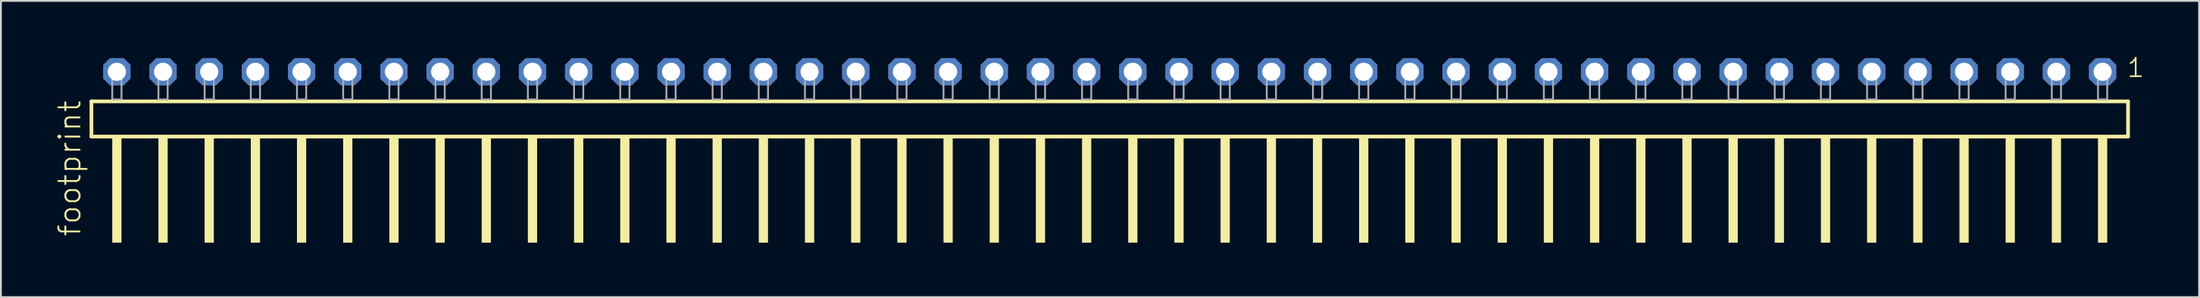
<source format=kicad_pcb>
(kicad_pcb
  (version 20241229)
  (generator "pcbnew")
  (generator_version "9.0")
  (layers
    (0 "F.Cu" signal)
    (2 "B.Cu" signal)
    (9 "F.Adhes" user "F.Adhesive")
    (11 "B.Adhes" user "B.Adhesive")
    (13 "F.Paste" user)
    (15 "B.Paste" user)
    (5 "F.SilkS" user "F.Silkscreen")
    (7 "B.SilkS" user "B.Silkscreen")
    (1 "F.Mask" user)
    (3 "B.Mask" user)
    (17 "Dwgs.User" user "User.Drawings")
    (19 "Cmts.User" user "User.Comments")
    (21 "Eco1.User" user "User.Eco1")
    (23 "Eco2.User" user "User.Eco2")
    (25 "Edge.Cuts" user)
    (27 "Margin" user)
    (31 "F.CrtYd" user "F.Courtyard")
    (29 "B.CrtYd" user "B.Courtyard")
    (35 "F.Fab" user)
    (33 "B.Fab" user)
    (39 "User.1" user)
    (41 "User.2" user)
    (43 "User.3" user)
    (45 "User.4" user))
  (footprint "footprint"
    (layer "F.Cu")
    (at 57.988 2.428)
    (property "Reference" "footprint" (at -56.515 7.62 90) (layer "F.SilkS") (effects (font (size 1.168 1.168) (thickness 0.102)) (justify left bottom)))
    (fp_line (start -56.009 0.106) (end -56.009 2.046) (stroke (width 0.203) (type solid)) (layer "F.SilkS"))
    (fp_line (start -56.009 2.046) (end 56.009 2.046) (stroke (width 0.203) (type solid)) (layer "F.SilkS"))
    (fp_line (start 56.009 0.106) (end -56.009 0.106) (stroke (width 0.203) (type solid)) (layer "F.SilkS"))
    (fp_line (start 56.009 2.046) (end 56.009 0.106) (stroke (width 0.203) (type solid)) (layer "F.SilkS"))
    (fp_poly (pts (xy -54.864 7.89) (xy -54.356 7.89) (xy -54.356 2.04) (xy -54.864 2.04)) (stroke (width 0) (type solid)) (fill yes) (layer "F.SilkS"))
    (fp_poly (pts (xy -52.324 7.89) (xy -51.816 7.89) (xy -51.816 2.04) (xy -52.324 2.04)) (stroke (width 0) (type solid)) (fill yes) (layer "F.SilkS"))
    (fp_poly (pts (xy -49.784 7.89) (xy -49.276 7.89) (xy -49.276 2.04) (xy -49.784 2.04)) (stroke (width 0) (type solid)) (fill yes) (layer "F.SilkS"))
    (fp_poly (pts (xy -47.244 7.89) (xy -46.736 7.89) (xy -46.736 2.04) (xy -47.244 2.04)) (stroke (width 0) (type solid)) (fill yes) (layer "F.SilkS"))
    (fp_poly (pts (xy -44.704 7.89) (xy -44.196 7.89) (xy -44.196 2.04) (xy -44.704 2.04)) (stroke (width 0) (type solid)) (fill yes) (layer "F.SilkS"))
    (fp_poly (pts (xy -42.164 7.89) (xy -41.656 7.89) (xy -41.656 2.04) (xy -42.164 2.04)) (stroke (width 0) (type solid)) (fill yes) (layer "F.SilkS"))
    (fp_poly (pts (xy -39.624 7.89) (xy -39.116 7.89) (xy -39.116 2.04) (xy -39.624 2.04)) (stroke (width 0) (type solid)) (fill yes) (layer "F.SilkS"))
    (fp_poly (pts (xy -37.084 7.89) (xy -36.576 7.89) (xy -36.576 2.04) (xy -37.084 2.04)) (stroke (width 0) (type solid)) (fill yes) (layer "F.SilkS"))
    (fp_poly (pts (xy -34.544 7.89) (xy -34.036 7.89) (xy -34.036 2.04) (xy -34.544 2.04)) (stroke (width 0) (type solid)) (fill yes) (layer "F.SilkS"))
    (fp_poly (pts (xy -32.004 7.89) (xy -31.496 7.89) (xy -31.496 2.04) (xy -32.004 2.04)) (stroke (width 0) (type solid)) (fill yes) (layer "F.SilkS"))
    (fp_poly (pts (xy -29.464 7.89) (xy -28.956 7.89) (xy -28.956 2.04) (xy -29.464 2.04)) (stroke (width 0) (type solid)) (fill yes) (layer "F.SilkS"))
    (fp_poly (pts (xy -26.924 7.89) (xy -26.416 7.89) (xy -26.416 2.04) (xy -26.924 2.04)) (stroke (width 0) (type solid)) (fill yes) (layer "F.SilkS"))
    (fp_poly (pts (xy -24.384 7.89) (xy -23.876 7.89) (xy -23.876 2.04) (xy -24.384 2.04)) (stroke (width 0) (type solid)) (fill yes) (layer "F.SilkS"))
    (fp_poly (pts (xy -21.844 7.89) (xy -21.336 7.89) (xy -21.336 2.04) (xy -21.844 2.04)) (stroke (width 0) (type solid)) (fill yes) (layer "F.SilkS"))
    (fp_poly (pts (xy -19.304 7.89) (xy -18.796 7.89) (xy -18.796 2.04) (xy -19.304 2.04)) (stroke (width 0) (type solid)) (fill yes) (layer "F.SilkS"))
    (fp_poly (pts (xy -16.764 7.89) (xy -16.256 7.89) (xy -16.256 2.04) (xy -16.764 2.04)) (stroke (width 0) (type solid)) (fill yes) (layer "F.SilkS"))
    (fp_poly (pts (xy -14.224 7.89) (xy -13.716 7.89) (xy -13.716 2.04) (xy -14.224 2.04)) (stroke (width 0) (type solid)) (fill yes) (layer "F.SilkS"))
    (fp_poly (pts (xy -11.684 7.89) (xy -11.176 7.89) (xy -11.176 2.04) (xy -11.684 2.04)) (stroke (width 0) (type solid)) (fill yes) (layer "F.SilkS"))
    (fp_poly (pts (xy -9.144 7.89) (xy -8.636 7.89) (xy -8.636 2.04) (xy -9.144 2.04)) (stroke (width 0) (type solid)) (fill yes) (layer "F.SilkS"))
    (fp_poly (pts (xy -6.604 7.89) (xy -6.096 7.89) (xy -6.096 2.04) (xy -6.604 2.04)) (stroke (width 0) (type solid)) (fill yes) (layer "F.SilkS"))
    (fp_poly (pts (xy -4.064 7.89) (xy -3.556 7.89) (xy -3.556 2.04) (xy -4.064 2.04)) (stroke (width 0) (type solid)) (fill yes) (layer "F.SilkS"))
    (fp_poly (pts (xy -1.524 7.89) (xy -1.016 7.89) (xy -1.016 2.04) (xy -1.524 2.04)) (stroke (width 0) (type solid)) (fill yes) (layer "F.SilkS"))
    (fp_poly (pts (xy 1.016 7.89) (xy 1.524 7.89) (xy 1.524 2.04) (xy 1.016 2.04)) (stroke (width 0) (type solid)) (fill yes) (layer "F.SilkS"))
    (fp_poly (pts (xy 3.556 7.89) (xy 4.064 7.89) (xy 4.064 2.04) (xy 3.556 2.04)) (stroke (width 0) (type solid)) (fill yes) (layer "F.SilkS"))
    (fp_poly (pts (xy 6.096 7.89) (xy 6.604 7.89) (xy 6.604 2.04) (xy 6.096 2.04)) (stroke (width 0) (type solid)) (fill yes) (layer "F.SilkS"))
    (fp_poly (pts (xy 8.636 7.89) (xy 9.144 7.89) (xy 9.144 2.04) (xy 8.636 2.04)) (stroke (width 0) (type solid)) (fill yes) (layer "F.SilkS"))
    (fp_poly (pts (xy 11.176 7.89) (xy 11.684 7.89) (xy 11.684 2.04) (xy 11.176 2.04)) (stroke (width 0) (type solid)) (fill yes) (layer "F.SilkS"))
    (fp_poly (pts (xy 13.716 7.89) (xy 14.224 7.89) (xy 14.224 2.04) (xy 13.716 2.04)) (stroke (width 0) (type solid)) (fill yes) (layer "F.SilkS"))
    (fp_poly (pts (xy 16.256 7.89) (xy 16.764 7.89) (xy 16.764 2.04) (xy 16.256 2.04)) (stroke (width 0) (type solid)) (fill yes) (layer "F.SilkS"))
    (fp_poly (pts (xy 18.796 7.89) (xy 19.304 7.89) (xy 19.304 2.04) (xy 18.796 2.04)) (stroke (width 0) (type solid)) (fill yes) (layer "F.SilkS"))
    (fp_poly (pts (xy 21.336 7.89) (xy 21.844 7.89) (xy 21.844 2.04) (xy 21.336 2.04)) (stroke (width 0) (type solid)) (fill yes) (layer "F.SilkS"))
    (fp_poly (pts (xy 23.876 7.89) (xy 24.384 7.89) (xy 24.384 2.04) (xy 23.876 2.04)) (stroke (width 0) (type solid)) (fill yes) (layer "F.SilkS"))
    (fp_poly (pts (xy 26.416 7.89) (xy 26.924 7.89) (xy 26.924 2.04) (xy 26.416 2.04)) (stroke (width 0) (type solid)) (fill yes) (layer "F.SilkS"))
    (fp_poly (pts (xy 28.956 7.89) (xy 29.464 7.89) (xy 29.464 2.04) (xy 28.956 2.04)) (stroke (width 0) (type solid)) (fill yes) (layer "F.SilkS"))
    (fp_poly (pts (xy 31.496 7.89) (xy 32.004 7.89) (xy 32.004 2.04) (xy 31.496 2.04)) (stroke (width 0) (type solid)) (fill yes) (layer "F.SilkS"))
    (fp_poly (pts (xy 34.036 7.89) (xy 34.544 7.89) (xy 34.544 2.04) (xy 34.036 2.04)) (stroke (width 0) (type solid)) (fill yes) (layer "F.SilkS"))
    (fp_poly (pts (xy 36.576 7.89) (xy 37.084 7.89) (xy 37.084 2.04) (xy 36.576 2.04)) (stroke (width 0) (type solid)) (fill yes) (layer "F.SilkS"))
    (fp_poly (pts (xy 39.116 7.89) (xy 39.624 7.89) (xy 39.624 2.04) (xy 39.116 2.04)) (stroke (width 0) (type solid)) (fill yes) (layer "F.SilkS"))
    (fp_poly (pts (xy 41.656 7.89) (xy 42.164 7.89) (xy 42.164 2.04) (xy 41.656 2.04)) (stroke (width 0) (type solid)) (fill yes) (layer "F.SilkS"))
    (fp_poly (pts (xy 44.196 7.89) (xy 44.704 7.89) (xy 44.704 2.04) (xy 44.196 2.04)) (stroke (width 0) (type solid)) (fill yes) (layer "F.SilkS"))
    (fp_poly (pts (xy 46.736 7.89) (xy 47.244 7.89) (xy 47.244 2.04) (xy 46.736 2.04)) (stroke (width 0) (type solid)) (fill yes) (layer "F.SilkS"))
    (fp_poly (pts (xy 49.276 7.89) (xy 49.784 7.89) (xy 49.784 2.04) (xy 49.276 2.04)) (stroke (width 0) (type solid)) (fill yes) (layer "F.SilkS"))
    (fp_poly (pts (xy 51.816 7.89) (xy 52.324 7.89) (xy 52.324 2.04) (xy 51.816 2.04)) (stroke (width 0) (type solid)) (fill yes) (layer "F.SilkS"))
    (fp_poly (pts (xy 54.356 7.89) (xy 54.864 7.89) (xy 54.864 2.04) (xy 54.356 2.04)) (stroke (width 0) (type solid)) (fill yes) (layer "F.SilkS"))
    (fp_poly (pts (xy -54.864 0) (xy -54.356 0) (xy -54.356 -1.778) (xy -54.864 -1.778)) (stroke (width 0.1) (type solid)) (fill no) (layer "F.Fab"))
    (fp_poly (pts (xy -52.324 0) (xy -51.816 0) (xy -51.816 -1.778) (xy -52.324 -1.778)) (stroke (width 0.1) (type solid)) (fill no) (layer "F.Fab"))
    (fp_poly (pts (xy -49.784 0) (xy -49.276 0) (xy -49.276 -1.778) (xy -49.784 -1.778)) (stroke (width 0.1) (type solid)) (fill no) (layer "F.Fab"))
    (fp_poly (pts (xy -47.244 0) (xy -46.736 0) (xy -46.736 -1.778) (xy -47.244 -1.778)) (stroke (width 0.1) (type solid)) (fill no) (layer "F.Fab"))
    (fp_poly (pts (xy -44.704 0) (xy -44.196 0) (xy -44.196 -1.778) (xy -44.704 -1.778)) (stroke (width 0.1) (type solid)) (fill no) (layer "F.Fab"))
    (fp_poly (pts (xy -42.164 0) (xy -41.656 0) (xy -41.656 -1.778) (xy -42.164 -1.778)) (stroke (width 0.1) (type solid)) (fill no) (layer "F.Fab"))
    (fp_poly (pts (xy -39.624 0) (xy -39.116 0) (xy -39.116 -1.778) (xy -39.624 -1.778)) (stroke (width 0.1) (type solid)) (fill no) (layer "F.Fab"))
    (fp_poly (pts (xy -37.084 0) (xy -36.576 0) (xy -36.576 -1.778) (xy -37.084 -1.778)) (stroke (width 0.1) (type solid)) (fill no) (layer "F.Fab"))
    (fp_poly (pts (xy -34.544 0) (xy -34.036 0) (xy -34.036 -1.778) (xy -34.544 -1.778)) (stroke (width 0.1) (type solid)) (fill no) (layer "F.Fab"))
    (fp_poly (pts (xy -32.004 0) (xy -31.496 0) (xy -31.496 -1.778) (xy -32.004 -1.778)) (stroke (width 0.1) (type solid)) (fill no) (layer "F.Fab"))
    (fp_poly (pts (xy -29.464 0) (xy -28.956 0) (xy -28.956 -1.778) (xy -29.464 -1.778)) (stroke (width 0.1) (type solid)) (fill no) (layer "F.Fab"))
    (fp_poly (pts (xy -26.924 0) (xy -26.416 0) (xy -26.416 -1.778) (xy -26.924 -1.778)) (stroke (width 0.1) (type solid)) (fill no) (layer "F.Fab"))
    (fp_poly (pts (xy -24.384 0) (xy -23.876 0) (xy -23.876 -1.778) (xy -24.384 -1.778)) (stroke (width 0.1) (type solid)) (fill no) (layer "F.Fab"))
    (fp_poly (pts (xy -21.844 0) (xy -21.336 0) (xy -21.336 -1.778) (xy -21.844 -1.778)) (stroke (width 0.1) (type solid)) (fill no) (layer "F.Fab"))
    (fp_poly (pts (xy -19.304 0) (xy -18.796 0) (xy -18.796 -1.778) (xy -19.304 -1.778)) (stroke (width 0.1) (type solid)) (fill no) (layer "F.Fab"))
    (fp_poly (pts (xy -16.764 0) (xy -16.256 0) (xy -16.256 -1.778) (xy -16.764 -1.778)) (stroke (width 0.1) (type solid)) (fill no) (layer "F.Fab"))
    (fp_poly (pts (xy -14.224 0) (xy -13.716 0) (xy -13.716 -1.778) (xy -14.224 -1.778)) (stroke (width 0.1) (type solid)) (fill no) (layer "F.Fab"))
    (fp_poly (pts (xy -11.684 0) (xy -11.176 0) (xy -11.176 -1.778) (xy -11.684 -1.778)) (stroke (width 0.1) (type solid)) (fill no) (layer "F.Fab"))
    (fp_poly (pts (xy -9.144 0) (xy -8.636 0) (xy -8.636 -1.778) (xy -9.144 -1.778)) (stroke (width 0.1) (type solid)) (fill no) (layer "F.Fab"))
    (fp_poly (pts (xy -6.604 0) (xy -6.096 0) (xy -6.096 -1.778) (xy -6.604 -1.778)) (stroke (width 0.1) (type solid)) (fill no) (layer "F.Fab"))
    (fp_poly (pts (xy -4.064 0) (xy -3.556 0) (xy -3.556 -1.778) (xy -4.064 -1.778)) (stroke (width 0.1) (type solid)) (fill no) (layer "F.Fab"))
    (fp_poly (pts (xy -1.524 0) (xy -1.016 0) (xy -1.016 -1.778) (xy -1.524 -1.778)) (stroke (width 0.1) (type solid)) (fill no) (layer "F.Fab"))
    (fp_poly (pts (xy 1.016 0) (xy 1.524 0) (xy 1.524 -1.778) (xy 1.016 -1.778)) (stroke (width 0.1) (type solid)) (fill no) (layer "F.Fab"))
    (fp_poly (pts (xy 3.556 0) (xy 4.064 0) (xy 4.064 -1.778) (xy 3.556 -1.778)) (stroke (width 0.1) (type solid)) (fill no) (layer "F.Fab"))
    (fp_poly (pts (xy 6.096 0) (xy 6.604 0) (xy 6.604 -1.778) (xy 6.096 -1.778)) (stroke (width 0.1) (type solid)) (fill no) (layer "F.Fab"))
    (fp_poly (pts (xy 8.636 0) (xy 9.144 0) (xy 9.144 -1.778) (xy 8.636 -1.778)) (stroke (width 0.1) (type solid)) (fill no) (layer "F.Fab"))
    (fp_poly (pts (xy 11.176 0) (xy 11.684 0) (xy 11.684 -1.778) (xy 11.176 -1.778)) (stroke (width 0.1) (type solid)) (fill no) (layer "F.Fab"))
    (fp_poly (pts (xy 13.716 0) (xy 14.224 0) (xy 14.224 -1.778) (xy 13.716 -1.778)) (stroke (width 0.1) (type solid)) (fill no) (layer "F.Fab"))
    (fp_poly (pts (xy 16.256 0) (xy 16.764 0) (xy 16.764 -1.778) (xy 16.256 -1.778)) (stroke (width 0.1) (type solid)) (fill no) (layer "F.Fab"))
    (fp_poly (pts (xy 18.796 0) (xy 19.304 0) (xy 19.304 -1.778) (xy 18.796 -1.778)) (stroke (width 0.1) (type solid)) (fill no) (layer "F.Fab"))
    (fp_poly (pts (xy 21.336 0) (xy 21.844 0) (xy 21.844 -1.778) (xy 21.336 -1.778)) (stroke (width 0.1) (type solid)) (fill no) (layer "F.Fab"))
    (fp_poly (pts (xy 23.876 0) (xy 24.384 0) (xy 24.384 -1.778) (xy 23.876 -1.778)) (stroke (width 0.1) (type solid)) (fill no) (layer "F.Fab"))
    (fp_poly (pts (xy 26.416 0) (xy 26.924 0) (xy 26.924 -1.778) (xy 26.416 -1.778)) (stroke (width 0.1) (type solid)) (fill no) (layer "F.Fab"))
    (fp_poly (pts (xy 28.956 0) (xy 29.464 0) (xy 29.464 -1.778) (xy 28.956 -1.778)) (stroke (width 0.1) (type solid)) (fill no) (layer "F.Fab"))
    (fp_poly (pts (xy 31.496 0) (xy 32.004 0) (xy 32.004 -1.778) (xy 31.496 -1.778)) (stroke (width 0.1) (type solid)) (fill no) (layer "F.Fab"))
    (fp_poly (pts (xy 34.036 0) (xy 34.544 0) (xy 34.544 -1.778) (xy 34.036 -1.778)) (stroke (width 0.1) (type solid)) (fill no) (layer "F.Fab"))
    (fp_poly (pts (xy 36.576 0) (xy 37.084 0) (xy 37.084 -1.778) (xy 36.576 -1.778)) (stroke (width 0.1) (type solid)) (fill no) (layer "F.Fab"))
    (fp_poly (pts (xy 39.116 0) (xy 39.624 0) (xy 39.624 -1.778) (xy 39.116 -1.778)) (stroke (width 0.1) (type solid)) (fill no) (layer "F.Fab"))
    (fp_poly (pts (xy 41.656 0) (xy 42.164 0) (xy 42.164 -1.778) (xy 41.656 -1.778)) (stroke (width 0.1) (type solid)) (fill no) (layer "F.Fab"))
    (fp_poly (pts (xy 44.196 0) (xy 44.704 0) (xy 44.704 -1.778) (xy 44.196 -1.778)) (stroke (width 0.1) (type solid)) (fill no) (layer "F.Fab"))
    (fp_poly (pts (xy 46.736 0) (xy 47.244 0) (xy 47.244 -1.778) (xy 46.736 -1.778)) (stroke (width 0.1) (type solid)) (fill no) (layer "F.Fab"))
    (fp_poly (pts (xy 49.276 0) (xy 49.784 0) (xy 49.784 -1.778) (xy 49.276 -1.778)) (stroke (width 0.1) (type solid)) (fill no) (layer "F.Fab"))
    (fp_poly (pts (xy 51.816 0) (xy 52.324 0) (xy 52.324 -1.778) (xy 51.816 -1.778)) (stroke (width 0.1) (type solid)) (fill no) (layer "F.Fab"))
    (fp_poly (pts (xy 54.356 0) (xy 54.864 0) (xy 54.864 -1.778) (xy 54.356 -1.778)) (stroke (width 0.1) (type solid)) (fill no) (layer "F.Fab"))
    (fp_text user "1" (at 55.892 -1.152 0) (layer "F.SilkS") (effects (font (size 1.012 1.012) (thickness 0.088)) (justify left bottom)))
    (pad "1" thru_hole roundrect (at 54.61 -1.524 180) (size 1.5 1.5) (drill 1) (layers "*.Cu" "*.Mask") (roundrect_rratio 0.25) (chamfer_ratio 0.25) (chamfer top_left top_right bottom_left bottom_right))
    (pad "2" thru_hole roundrect (at 52.07 -1.524 180) (size 1.5 1.5) (drill 1) (layers "*.Cu" "*.Mask") (roundrect_rratio 0.25) (chamfer_ratio 0.25) (chamfer top_left top_right bottom_left bottom_right))
    (pad "3" thru_hole roundrect (at 49.53 -1.524 180) (size 1.5 1.5) (drill 1) (layers "*.Cu" "*.Mask") (roundrect_rratio 0.25) (chamfer_ratio 0.25) (chamfer top_left top_right bottom_left bottom_right))
    (pad "4" thru_hole roundrect (at 46.99 -1.524 180) (size 1.5 1.5) (drill 1) (layers "*.Cu" "*.Mask") (roundrect_rratio 0.25) (chamfer_ratio 0.25) (chamfer top_left top_right bottom_left bottom_right))
    (pad "5" thru_hole roundrect (at 44.45 -1.524 180) (size 1.5 1.5) (drill 1) (layers "*.Cu" "*.Mask") (roundrect_rratio 0.25) (chamfer_ratio 0.25) (chamfer top_left top_right bottom_left bottom_right))
    (pad "6" thru_hole roundrect (at 41.91 -1.524 180) (size 1.5 1.5) (drill 1) (layers "*.Cu" "*.Mask") (roundrect_rratio 0.25) (chamfer_ratio 0.25) (chamfer top_left top_right bottom_left bottom_right))
    (pad "7" thru_hole roundrect (at 39.37 -1.524 180) (size 1.5 1.5) (drill 1) (layers "*.Cu" "*.Mask") (roundrect_rratio 0.25) (chamfer_ratio 0.25) (chamfer top_left top_right bottom_left bottom_right))
    (pad "8" thru_hole roundrect (at 36.83 -1.524 180) (size 1.5 1.5) (drill 1) (layers "*.Cu" "*.Mask") (roundrect_rratio 0.25) (chamfer_ratio 0.25) (chamfer top_left top_right bottom_left bottom_right))
    (pad "9" thru_hole roundrect (at 34.29 -1.524 180) (size 1.5 1.5) (drill 1) (layers "*.Cu" "*.Mask") (roundrect_rratio 0.25) (chamfer_ratio 0.25) (chamfer top_left top_right bottom_left bottom_right))
    (pad "10" thru_hole roundrect (at 31.75 -1.524 180) (size 1.5 1.5) (drill 1) (layers "*.Cu" "*.Mask") (roundrect_rratio 0.25) (chamfer_ratio 0.25) (chamfer top_left top_right bottom_left bottom_right))
    (pad "11" thru_hole roundrect (at 29.21 -1.524 180) (size 1.5 1.5) (drill 1) (layers "*.Cu" "*.Mask") (roundrect_rratio 0.25) (chamfer_ratio 0.25) (chamfer top_left top_right bottom_left bottom_right))
    (pad "12" thru_hole roundrect (at 26.67 -1.524 180) (size 1.5 1.5) (drill 1) (layers "*.Cu" "*.Mask") (roundrect_rratio 0.25) (chamfer_ratio 0.25) (chamfer top_left top_right bottom_left bottom_right))
    (pad "13" thru_hole roundrect (at 24.13 -1.524 180) (size 1.5 1.5) (drill 1) (layers "*.Cu" "*.Mask") (roundrect_rratio 0.25) (chamfer_ratio 0.25) (chamfer top_left top_right bottom_left bottom_right))
    (pad "14" thru_hole roundrect (at 21.59 -1.524 180) (size 1.5 1.5) (drill 1) (layers "*.Cu" "*.Mask") (roundrect_rratio 0.25) (chamfer_ratio 0.25) (chamfer top_left top_right bottom_left bottom_right))
    (pad "15" thru_hole roundrect (at 19.05 -1.524 180) (size 1.5 1.5) (drill 1) (layers "*.Cu" "*.Mask") (roundrect_rratio 0.25) (chamfer_ratio 0.25) (chamfer top_left top_right bottom_left bottom_right))
    (pad "16" thru_hole roundrect (at 16.51 -1.524 180) (size 1.5 1.5) (drill 1) (layers "*.Cu" "*.Mask") (roundrect_rratio 0.25) (chamfer_ratio 0.25) (chamfer top_left top_right bottom_left bottom_right))
    (pad "17" thru_hole roundrect (at 13.97 -1.524 180) (size 1.5 1.5) (drill 1) (layers "*.Cu" "*.Mask") (roundrect_rratio 0.25) (chamfer_ratio 0.25) (chamfer top_left top_right bottom_left bottom_right))
    (pad "18" thru_hole roundrect (at 11.43 -1.524 180) (size 1.5 1.5) (drill 1) (layers "*.Cu" "*.Mask") (roundrect_rratio 0.25) (chamfer_ratio 0.25) (chamfer top_left top_right bottom_left bottom_right))
    (pad "19" thru_hole roundrect (at 8.89 -1.524 180) (size 1.5 1.5) (drill 1) (layers "*.Cu" "*.Mask") (roundrect_rratio 0.25) (chamfer_ratio 0.25) (chamfer top_left top_right bottom_left bottom_right))
    (pad "20" thru_hole roundrect (at 6.35 -1.524 180) (size 1.5 1.5) (drill 1) (layers "*.Cu" "*.Mask") (roundrect_rratio 0.25) (chamfer_ratio 0.25) (chamfer top_left top_right bottom_left bottom_right))
    (pad "21" thru_hole roundrect (at 3.81 -1.524 180) (size 1.5 1.5) (drill 1) (layers "*.Cu" "*.Mask") (roundrect_rratio 0.25) (chamfer_ratio 0.25) (chamfer top_left top_right bottom_left bottom_right))
    (pad "22" thru_hole roundrect (at 1.27 -1.524 180) (size 1.5 1.5) (drill 1) (layers "*.Cu" "*.Mask") (roundrect_rratio 0.25) (chamfer_ratio 0.25) (chamfer top_left top_right bottom_left bottom_right))
    (pad "23" thru_hole roundrect (at -1.27 -1.524 180) (size 1.5 1.5) (drill 1) (layers "*.Cu" "*.Mask") (roundrect_rratio 0.25) (chamfer_ratio 0.25) (chamfer top_left top_right bottom_left bottom_right))
    (pad "24" thru_hole roundrect (at -3.81 -1.524 180) (size 1.5 1.5) (drill 1) (layers "*.Cu" "*.Mask") (roundrect_rratio 0.25) (chamfer_ratio 0.25) (chamfer top_left top_right bottom_left bottom_right))
    (pad "25" thru_hole roundrect (at -6.35 -1.524 180) (size 1.5 1.5) (drill 1) (layers "*.Cu" "*.Mask") (roundrect_rratio 0.25) (chamfer_ratio 0.25) (chamfer top_left top_right bottom_left bottom_right))
    (pad "26" thru_hole roundrect (at -8.89 -1.524 180) (size 1.5 1.5) (drill 1) (layers "*.Cu" "*.Mask") (roundrect_rratio 0.25) (chamfer_ratio 0.25) (chamfer top_left top_right bottom_left bottom_right))
    (pad "27" thru_hole roundrect (at -11.43 -1.524 180) (size 1.5 1.5) (drill 1) (layers "*.Cu" "*.Mask") (roundrect_rratio 0.25) (chamfer_ratio 0.25) (chamfer top_left top_right bottom_left bottom_right))
    (pad "28" thru_hole roundrect (at -13.97 -1.524 180) (size 1.5 1.5) (drill 1) (layers "*.Cu" "*.Mask") (roundrect_rratio 0.25) (chamfer_ratio 0.25) (chamfer top_left top_right bottom_left bottom_right))
    (pad "29" thru_hole roundrect (at -16.51 -1.524 180) (size 1.5 1.5) (drill 1) (layers "*.Cu" "*.Mask") (roundrect_rratio 0.25) (chamfer_ratio 0.25) (chamfer top_left top_right bottom_left bottom_right))
    (pad "30" thru_hole roundrect (at -19.05 -1.524 180) (size 1.5 1.5) (drill 1) (layers "*.Cu" "*.Mask") (roundrect_rratio 0.25) (chamfer_ratio 0.25) (chamfer top_left top_right bottom_left bottom_right))
    (pad "31" thru_hole roundrect (at -21.59 -1.524 180) (size 1.5 1.5) (drill 1) (layers "*.Cu" "*.Mask") (roundrect_rratio 0.25) (chamfer_ratio 0.25) (chamfer top_left top_right bottom_left bottom_right))
    (pad "32" thru_hole roundrect (at -24.13 -1.524 180) (size 1.5 1.5) (drill 1) (layers "*.Cu" "*.Mask") (roundrect_rratio 0.25) (chamfer_ratio 0.25) (chamfer top_left top_right bottom_left bottom_right))
    (pad "33" thru_hole roundrect (at -26.67 -1.524 180) (size 1.5 1.5) (drill 1) (layers "*.Cu" "*.Mask") (roundrect_rratio 0.25) (chamfer_ratio 0.25) (chamfer top_left top_right bottom_left bottom_right))
    (pad "34" thru_hole roundrect (at -29.21 -1.524 180) (size 1.5 1.5) (drill 1) (layers "*.Cu" "*.Mask") (roundrect_rratio 0.25) (chamfer_ratio 0.25) (chamfer top_left top_right bottom_left bottom_right))
    (pad "35" thru_hole roundrect (at -31.75 -1.524 180) (size 1.5 1.5) (drill 1) (layers "*.Cu" "*.Mask") (roundrect_rratio 0.25) (chamfer_ratio 0.25) (chamfer top_left top_right bottom_left bottom_right))
    (pad "36" thru_hole roundrect (at -34.29 -1.524 180) (size 1.5 1.5) (drill 1) (layers "*.Cu" "*.Mask") (roundrect_rratio 0.25) (chamfer_ratio 0.25) (chamfer top_left top_right bottom_left bottom_right))
    (pad "37" thru_hole roundrect (at -36.83 -1.524 180) (size 1.5 1.5) (drill 1) (layers "*.Cu" "*.Mask") (roundrect_rratio 0.25) (chamfer_ratio 0.25) (chamfer top_left top_right bottom_left bottom_right))
    (pad "38" thru_hole roundrect (at -39.37 -1.524 180) (size 1.5 1.5) (drill 1) (layers "*.Cu" "*.Mask") (roundrect_rratio 0.25) (chamfer_ratio 0.25) (chamfer top_left top_right bottom_left bottom_right))
    (pad "39" thru_hole roundrect (at -41.91 -1.524 180) (size 1.5 1.5) (drill 1) (layers "*.Cu" "*.Mask") (roundrect_rratio 0.25) (chamfer_ratio 0.25) (chamfer top_left top_right bottom_left bottom_right))
    (pad "40" thru_hole roundrect (at -44.45 -1.524 180) (size 1.5 1.5) (drill 1) (layers "*.Cu" "*.Mask") (roundrect_rratio 0.25) (chamfer_ratio 0.25) (chamfer top_left top_right bottom_left bottom_right))
    (pad "41" thru_hole roundrect (at -46.99 -1.524 180) (size 1.5 1.5) (drill 1) (layers "*.Cu" "*.Mask") (roundrect_rratio 0.25) (chamfer_ratio 0.25) (chamfer top_left top_right bottom_left bottom_right))
    (pad "42" thru_hole roundrect (at -49.53 -1.524 180) (size 1.5 1.5) (drill 1) (layers "*.Cu" "*.Mask") (roundrect_rratio 0.25) (chamfer_ratio 0.25) (chamfer top_left top_right bottom_left bottom_right))
    (pad "43" thru_hole roundrect (at -52.07 -1.524 180) (size 1.5 1.5) (drill 1) (layers "*.Cu" "*.Mask") (roundrect_rratio 0.25) (chamfer_ratio 0.25) (chamfer top_left top_right bottom_left bottom_right))
    (pad "44" thru_hole roundrect (at -54.61 -1.524 180) (size 1.5 1.5) (drill 1) (layers "*.Cu" "*.Mask") (roundrect_rratio 0.25) (chamfer_ratio 0.25) (chamfer top_left top_right bottom_left bottom_right)))
  (gr_rect
    (start -3 -3)
    (end 117.906 13.318)
    (stroke (width 0.1) (type default))
    (fill no)
    (layer "Edge.Cuts")))
</source>
